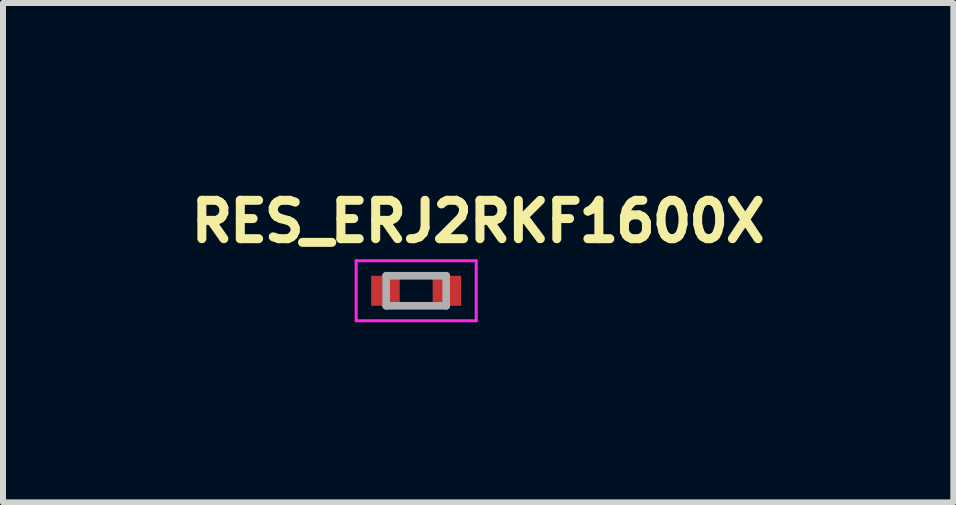
<source format=kicad_pcb>
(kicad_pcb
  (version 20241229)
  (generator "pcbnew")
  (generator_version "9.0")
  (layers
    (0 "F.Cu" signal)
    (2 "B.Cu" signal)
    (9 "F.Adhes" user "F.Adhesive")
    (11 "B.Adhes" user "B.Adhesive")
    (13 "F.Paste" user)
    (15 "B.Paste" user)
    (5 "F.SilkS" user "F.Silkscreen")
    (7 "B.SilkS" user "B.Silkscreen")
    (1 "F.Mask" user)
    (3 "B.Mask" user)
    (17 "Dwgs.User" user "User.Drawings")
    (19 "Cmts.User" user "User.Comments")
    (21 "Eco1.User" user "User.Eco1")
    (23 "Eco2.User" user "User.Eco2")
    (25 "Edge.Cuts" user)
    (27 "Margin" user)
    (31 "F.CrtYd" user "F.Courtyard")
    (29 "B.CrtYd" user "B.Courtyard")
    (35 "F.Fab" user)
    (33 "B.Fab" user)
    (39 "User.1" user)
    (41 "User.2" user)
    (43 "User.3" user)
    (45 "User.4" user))
  (footprint "RES_ERJ2RKF1600X"
    (layer "F.Cu")
    (at 3.883 1.794)
    (property "Reference" "RES_ERJ2RKF1600X" (at 1.032 -1.156 0) (layer "F.SilkS") (effects (font (size 0.64 0.64) (thickness 0.15))))
    (attr smd)
    (fp_line (start -1 -0.5) (end -1 0.5) (stroke (width 0.05) (type solid)) (layer "F.CrtYd"))
    (fp_line (start -1 0.5) (end 1 0.5) (stroke (width 0.05) (type solid)) (layer "F.CrtYd"))
    (fp_line (start 1 -0.5) (end -1 -0.5) (stroke (width 0.05) (type solid)) (layer "F.CrtYd"))
    (fp_line (start 1 0.5) (end 1 -0.5) (stroke (width 0.05) (type solid)) (layer "F.CrtYd"))
    (fp_line (start -0.5 -0.25) (end -0.5 0.25) (stroke (width 0.127) (type solid)) (layer "F.Fab"))
    (fp_line (start -0.5 -0.25) (end 0.5 -0.25) (stroke (width 0.127) (type solid)) (layer "F.Fab"))
    (fp_line (start -0.5 0.25) (end 0.5 0.25) (stroke (width 0.127) (type solid)) (layer "F.Fab"))
    (fp_line (start 0.5 -0.25) (end 0.5 0.25) (stroke (width 0.127) (type solid)) (layer "F.Fab"))
    (pad "1" smd rect (at -0.512 0) (size 0.475 0.5) (layers "F.Cu" "F.Mask" "F.Paste"))
    (pad "2" smd rect (at 0.512 0) (size 0.475 0.5) (layers "F.Cu" "F.Mask" "F.Paste")))
  (gr_rect
    (start -3 -3)
    (end 12.831 5.319)
    (stroke (width 0.1) (type default))
    (fill no)
    (layer "Edge.Cuts")))
</source>
